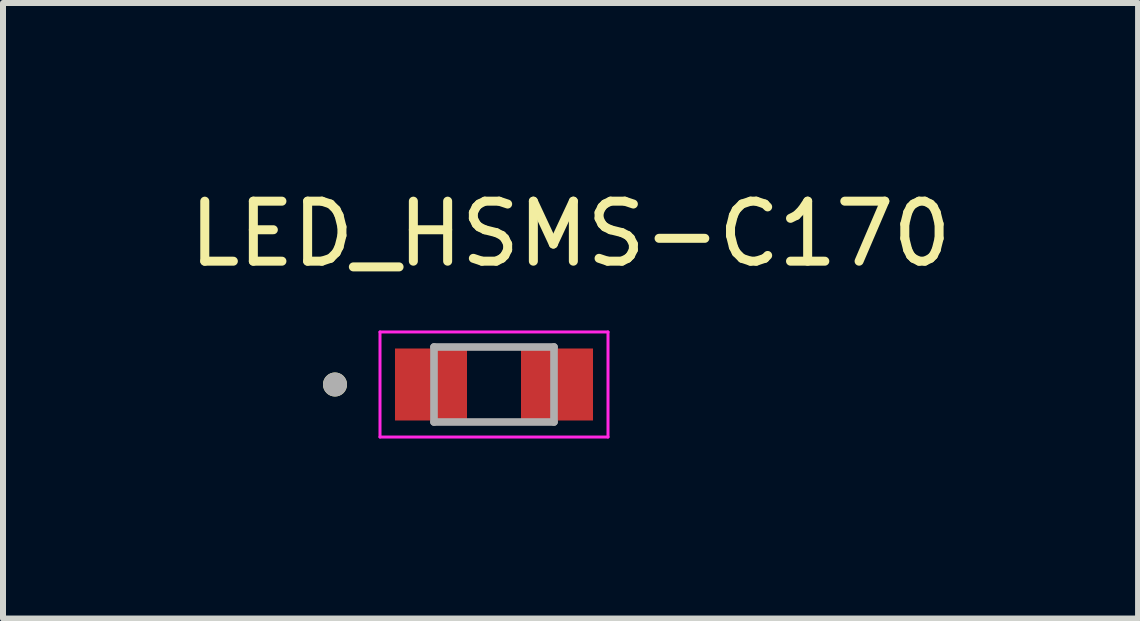
<source format=kicad_pcb>
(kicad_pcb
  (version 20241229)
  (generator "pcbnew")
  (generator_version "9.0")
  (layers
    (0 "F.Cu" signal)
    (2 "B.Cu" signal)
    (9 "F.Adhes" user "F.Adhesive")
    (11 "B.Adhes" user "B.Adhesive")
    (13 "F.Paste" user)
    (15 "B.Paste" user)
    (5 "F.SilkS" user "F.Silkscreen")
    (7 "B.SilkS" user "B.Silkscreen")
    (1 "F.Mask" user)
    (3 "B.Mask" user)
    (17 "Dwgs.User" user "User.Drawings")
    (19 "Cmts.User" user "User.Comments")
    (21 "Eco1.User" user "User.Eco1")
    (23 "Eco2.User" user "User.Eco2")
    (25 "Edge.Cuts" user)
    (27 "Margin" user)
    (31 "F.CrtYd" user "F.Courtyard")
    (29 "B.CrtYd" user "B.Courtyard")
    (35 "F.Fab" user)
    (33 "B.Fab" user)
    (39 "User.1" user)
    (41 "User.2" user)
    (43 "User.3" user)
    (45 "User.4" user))
  (footprint "LED_HSMS-C170"
    (layer "F.Cu")
    (at 5.183 3.358)
    (property "Reference" "LED_HSMS-C170" (at 1.275 -2.51 0) (layer "F.SilkS") (effects (font (size 1 1) (thickness 0.15))))
    (attr smd)
    (fp_circle (center -2.65 0) (end -2.55 0) (stroke (width 0.2) (type solid)) (fill no) (layer "F.SilkS"))
    (fp_line (start -1.9 -0.875) (end -1.9 0.875) (stroke (width 0.05) (type solid)) (layer "F.CrtYd"))
    (fp_line (start -1.9 0.875) (end 1.9 0.875) (stroke (width 0.05) (type solid)) (layer "F.CrtYd"))
    (fp_line (start 1.9 -0.875) (end -1.9 -0.875) (stroke (width 0.05) (type solid)) (layer "F.CrtYd"))
    (fp_line (start 1.9 0.875) (end 1.9 -0.875) (stroke (width 0.05) (type solid)) (layer "F.CrtYd"))
    (fp_line (start -1 -0.625) (end 1 -0.625) (stroke (width 0.127) (type solid)) (layer "F.Fab"))
    (fp_line (start -1 0.625) (end -1 -0.625) (stroke (width 0.127) (type solid)) (layer "F.Fab"))
    (fp_line (start 1 -0.625) (end 1 0.625) (stroke (width 0.127) (type solid)) (layer "F.Fab"))
    (fp_line (start 1 0.625) (end -1 0.625) (stroke (width 0.127) (type solid)) (layer "F.Fab"))
    (fp_circle (center -2.65 0) (end -2.55 0) (stroke (width 0.2) (type solid)) (fill no) (layer "F.Fab"))
    (pad "1" smd rect (at -1.05 0) (size 1.2 1.2) (layers "F.Cu" "F.Mask" "F.Paste"))
    (pad "2" smd rect (at 1.05 0) (size 1.2 1.2) (layers "F.Cu" "F.Mask" "F.Paste")))
  (gr_rect
    (start -3 -3)
    (end 15.917 7.258)
    (stroke (width 0.1) (type default))
    (fill no)
    (layer "Edge.Cuts")))
</source>
